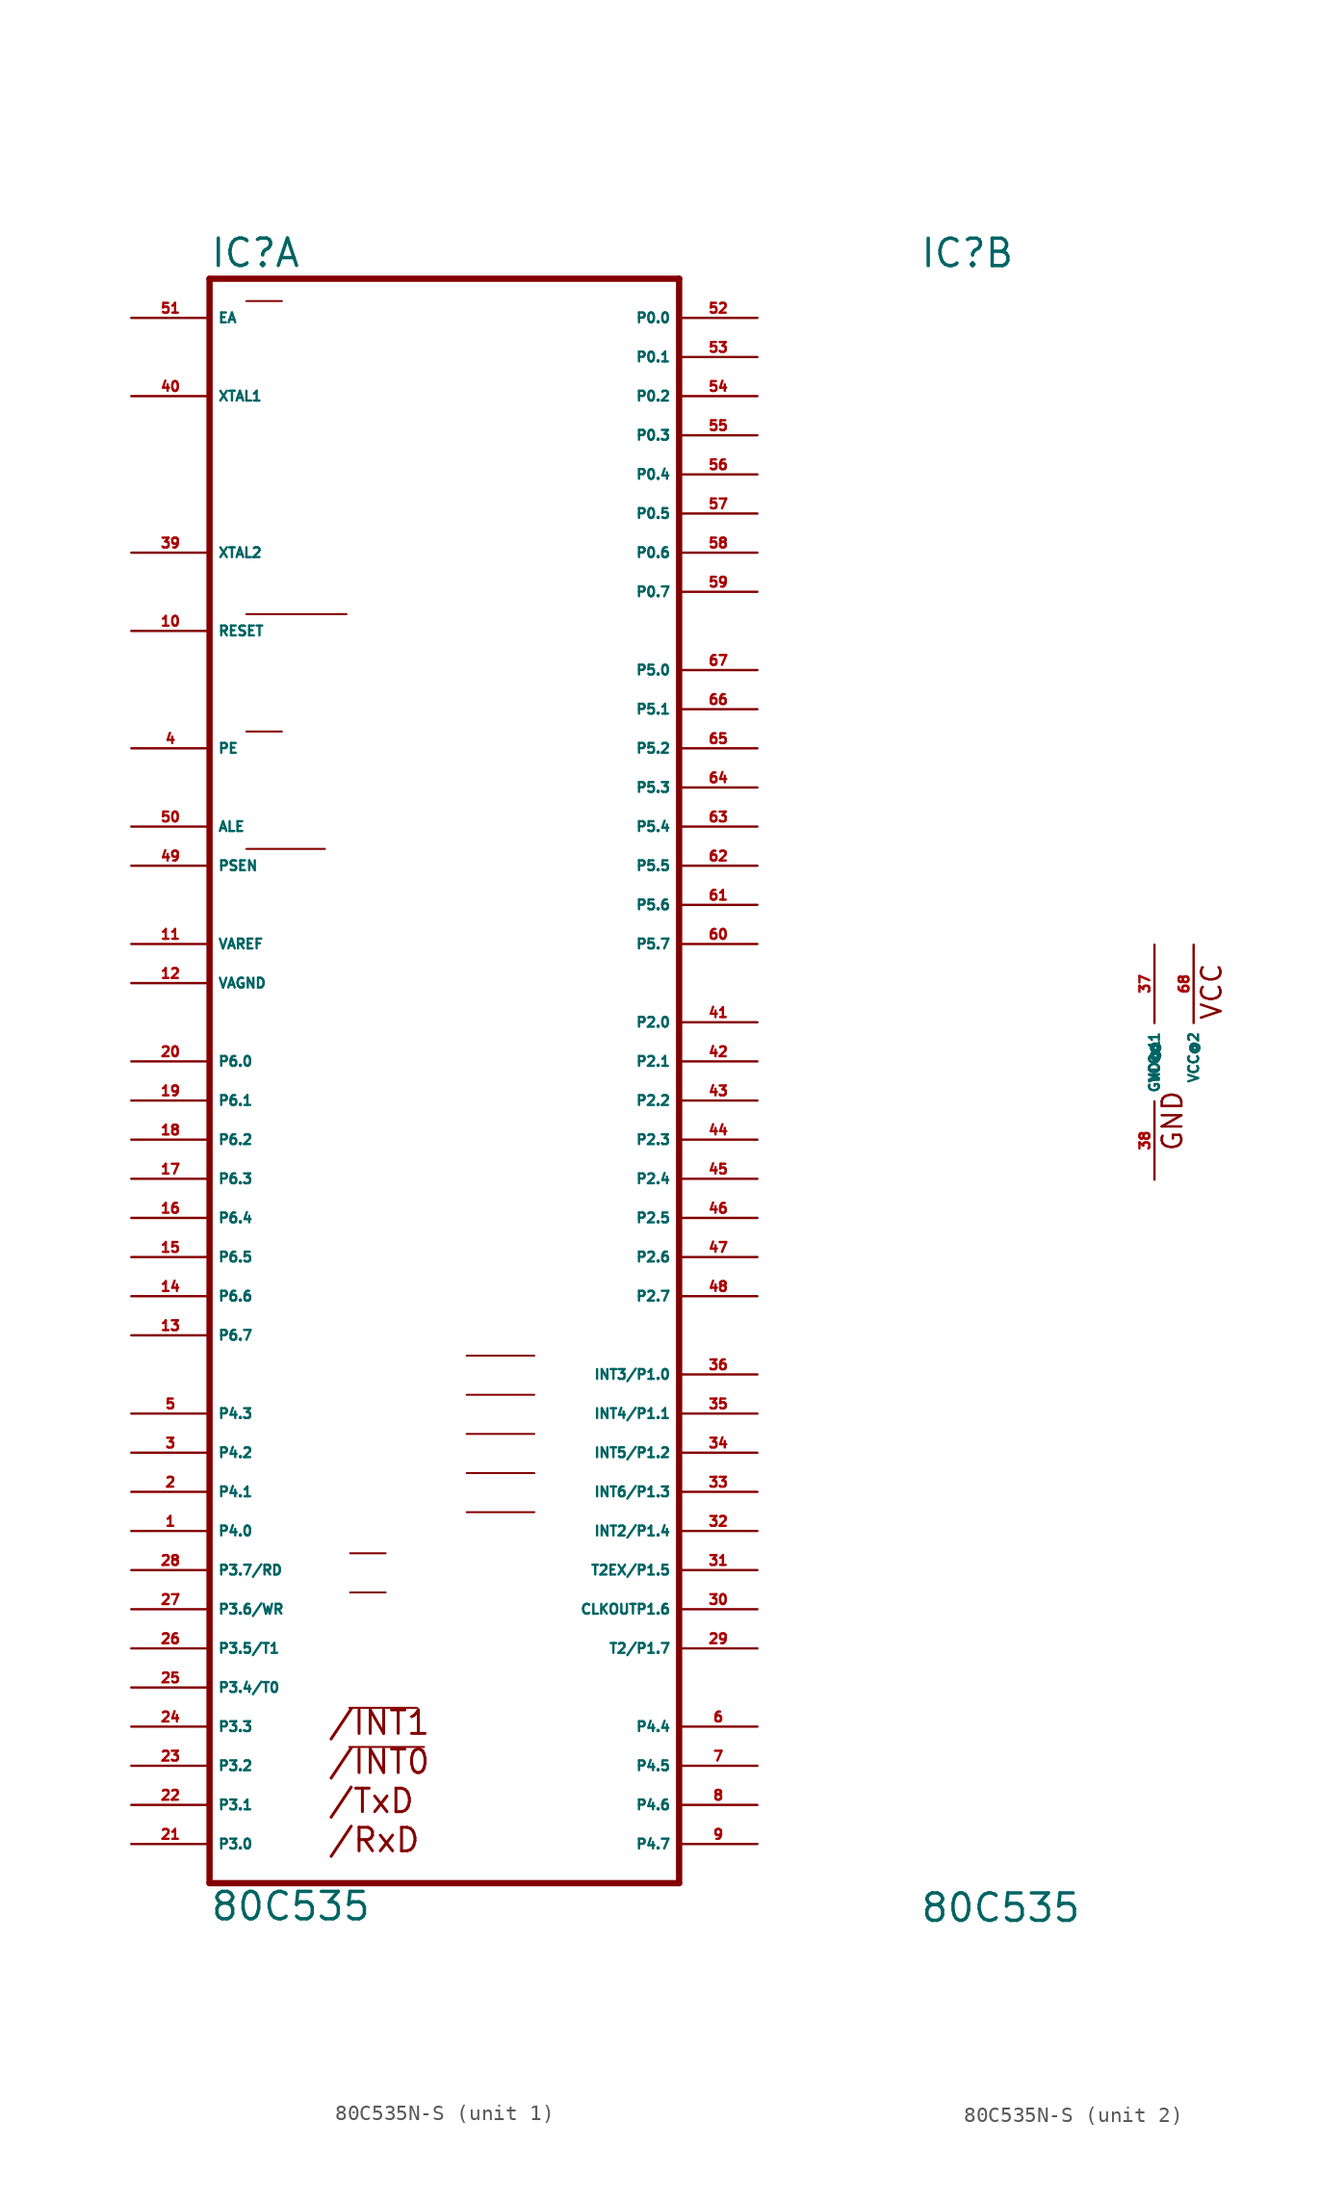
<source format=kicad_sym>
(kicad_symbol_lib
  (version 20220914)
  (generator Eagle2Kicad)
  (symbol "80C535N-S"
    (property "Reference" "IC"
      (at -15.24 51.435 0)
      (effects (font (size 1.778 1.778) (thickness 0.22)) (justify left bottom)))
    (property "Value" "80C535"
      (at -15.24 -55.88 0)
      (effects (font (size 1.778 1.778) (thickness 0.22)) (justify left bottom)))
    (symbol "80C535N-S_1_0"
      (polyline (pts (xy -6.172 -41.961) (xy -1.778 -41.961)) (stroke (width 0.127) (type default)) (fill (type none)))
      (polyline (pts (xy -6.172 -44.501) (xy -1.321 -44.501)) (stroke (width 0.127) (type default)) (fill (type none)))
      (polyline (pts (xy -6.121 -31.928) (xy -3.81 -31.928)) (stroke (width 0.127) (type default)) (fill (type none)))
      (polyline (pts (xy -6.121 -34.468) (xy -3.81 -34.468)) (stroke (width 0.127) (type default)) (fill (type none)))
      (polyline (pts (xy -12.852 29.032) (xy -6.35 29.032)) (stroke (width 0.127) (type default)) (fill (type none)))
      (polyline (pts (xy -12.852 21.412) (xy -10.541 21.412)) (stroke (width 0.127) (type default)) (fill (type none)))
      (polyline (pts (xy -12.852 13.792) (xy -7.747 13.792)) (stroke (width 0.127) (type default)) (fill (type none)))
      (polyline (pts (xy -12.852 49.352) (xy -10.541 49.352)) (stroke (width 0.127) (type default)) (fill (type none)))
      (polyline (pts (xy -15.24 -53.34) (xy 15.24 -53.34)) (stroke (width 0.406) (type default)) (fill (type none)))
      (polyline (pts (xy 15.24 -53.34) (xy 15.24 50.8)) (stroke (width 0.406) (type default)) (fill (type none)))
      (polyline (pts (xy 15.24 50.8) (xy -15.24 50.8)) (stroke (width 0.406) (type default)) (fill (type none)))
      (polyline (pts (xy -15.24 50.8) (xy -15.24 -53.34)) (stroke (width 0.406) (type default)) (fill (type none)))
      (polyline (pts (xy 1.448 -19.101) (xy 5.842 -19.101)) (stroke (width 0.127) (type default)) (fill (type none)))
      (polyline (pts (xy 1.448 -21.641) (xy 5.842 -21.641)) (stroke (width 0.127) (type default)) (fill (type none)))
      (polyline (pts (xy 1.448 -24.181) (xy 5.842 -24.181)) (stroke (width 0.127) (type default)) (fill (type none)))
      (polyline (pts (xy 1.448 -26.721) (xy 5.842 -26.721)) (stroke (width 0.127) (type default)) (fill (type none)))
      (polyline (pts (xy 1.448 -29.261) (xy 5.842 -29.261)) (stroke (width 0.127) (type default)) (fill (type none)))
      (text "/INT1" (at -7.62 -43.815 0) (effects (font (size 1.524 1.524) (thickness 0.19)) (justify left bottom)))
      (text "/INT0" (at -7.62 -46.355 0) (effects (font (size 1.524 1.524) (thickness 0.19)) (justify left bottom)))
      (text "/RxD" (at -7.62 -51.435 0) (effects (font (size 1.524 1.524) (thickness 0.19)) (justify left bottom)))
      (text "/TxD" (at -7.62 -48.895 0) (effects (font (size 1.524 1.524) (thickness 0.19)) (justify left bottom)))
      (pin input line (at -20.32 48.26 0) (length 5.08) (name "EA" (effects (font (size 0.635 0.635) (thickness 0.08)) (justify left bottom))) (number "51" (effects (font (size 0.635 0.635) (thickness 0.08)) (justify left bottom))))
      (pin bidirectional line (at 20.32 48.26 180) (length 5.08) (name "P0.0" (effects (font (size 0.635 0.635) (thickness 0.08)) (justify left bottom))) (number "52" (effects (font (size 0.635 0.635) (thickness 0.08)) (justify left bottom))))
      (pin bidirectional line (at 20.32 45.72 180) (length 5.08) (name "P0.1" (effects (font (size 0.635 0.635) (thickness 0.08)) (justify left bottom))) (number "53" (effects (font (size 0.635 0.635) (thickness 0.08)) (justify left bottom))))
      (pin bidirectional line (at 20.32 43.18 180) (length 5.08) (name "P0.2" (effects (font (size 0.635 0.635) (thickness 0.08)) (justify left bottom))) (number "54" (effects (font (size 0.635 0.635) (thickness 0.08)) (justify left bottom))))
      (pin bidirectional line (at 20.32 40.64 180) (length 5.08) (name "P0.3" (effects (font (size 0.635 0.635) (thickness 0.08)) (justify left bottom))) (number "55" (effects (font (size 0.635 0.635) (thickness 0.08)) (justify left bottom))))
      (pin bidirectional line (at 20.32 38.1 180) (length 5.08) (name "P0.4" (effects (font (size 0.635 0.635) (thickness 0.08)) (justify left bottom))) (number "56" (effects (font (size 0.635 0.635) (thickness 0.08)) (justify left bottom))))
      (pin bidirectional line (at 20.32 35.56 180) (length 5.08) (name "P0.5" (effects (font (size 0.635 0.635) (thickness 0.08)) (justify left bottom))) (number "57" (effects (font (size 0.635 0.635) (thickness 0.08)) (justify left bottom))))
      (pin bidirectional line (at 20.32 33.02 180) (length 5.08) (name "P0.6" (effects (font (size 0.635 0.635) (thickness 0.08)) (justify left bottom))) (number "58" (effects (font (size 0.635 0.635) (thickness 0.08)) (justify left bottom))))
      (pin bidirectional line (at 20.32 30.48 180) (length 5.08) (name "P0.7" (effects (font (size 0.635 0.635) (thickness 0.08)) (justify left bottom))) (number "59" (effects (font (size 0.635 0.635) (thickness 0.08)) (justify left bottom))))
      (pin bidirectional line (at 20.32 25.4 180) (length 5.08) (name "P5.0" (effects (font (size 0.635 0.635) (thickness 0.08)) (justify left bottom))) (number "67" (effects (font (size 0.635 0.635) (thickness 0.08)) (justify left bottom))))
      (pin bidirectional line (at 20.32 22.86 180) (length 5.08) (name "P5.1" (effects (font (size 0.635 0.635) (thickness 0.08)) (justify left bottom))) (number "66" (effects (font (size 0.635 0.635) (thickness 0.08)) (justify left bottom))))
      (pin bidirectional line (at 20.32 20.32 180) (length 5.08) (name "P5.2" (effects (font (size 0.635 0.635) (thickness 0.08)) (justify left bottom))) (number "65" (effects (font (size 0.635 0.635) (thickness 0.08)) (justify left bottom))))
      (pin bidirectional line (at 20.32 17.78 180) (length 5.08) (name "P5.3" (effects (font (size 0.635 0.635) (thickness 0.08)) (justify left bottom))) (number "64" (effects (font (size 0.635 0.635) (thickness 0.08)) (justify left bottom))))
      (pin bidirectional line (at 20.32 15.24 180) (length 5.08) (name "P5.4" (effects (font (size 0.635 0.635) (thickness 0.08)) (justify left bottom))) (number "63" (effects (font (size 0.635 0.635) (thickness 0.08)) (justify left bottom))))
      (pin bidirectional line (at 20.32 12.7 180) (length 5.08) (name "P5.5" (effects (font (size 0.635 0.635) (thickness 0.08)) (justify left bottom))) (number "62" (effects (font (size 0.635 0.635) (thickness 0.08)) (justify left bottom))))
      (pin bidirectional line (at 20.32 10.16 180) (length 5.08) (name "P5.6" (effects (font (size 0.635 0.635) (thickness 0.08)) (justify left bottom))) (number "61" (effects (font (size 0.635 0.635) (thickness 0.08)) (justify left bottom))))
      (pin bidirectional line (at 20.32 7.62 180) (length 5.08) (name "P5.7" (effects (font (size 0.635 0.635) (thickness 0.08)) (justify left bottom))) (number "60" (effects (font (size 0.635 0.635) (thickness 0.08)) (justify left bottom))))
      (pin input line (at -20.32 43.18 0) (length 5.08) (name "XTAL1" (effects (font (size 0.635 0.635) (thickness 0.08)) (justify left bottom))) (number "40" (effects (font (size 0.635 0.635) (thickness 0.08)) (justify left bottom))))
      (pin input line (at -20.32 33.02 0) (length 5.08) (name "XTAL2" (effects (font (size 0.635 0.635) (thickness 0.08)) (justify left bottom))) (number "39" (effects (font (size 0.635 0.635) (thickness 0.08)) (justify left bottom))))
      (pin input line (at -20.32 27.94 0) (length 5.08) (name "RESET" (effects (font (size 0.635 0.635) (thickness 0.08)) (justify left bottom))) (number "10" (effects (font (size 0.635 0.635) (thickness 0.08)) (justify left bottom))))
      (pin input line (at -20.32 20.32 0) (length 5.08) (name "PE" (effects (font (size 0.635 0.635) (thickness 0.08)) (justify left bottom))) (number "4" (effects (font (size 0.635 0.635) (thickness 0.08)) (justify left bottom))))
      (pin output line (at -20.32 15.24 0) (length 5.08) (name "ALE" (effects (font (size 0.635 0.635) (thickness 0.08)) (justify left bottom))) (number "50" (effects (font (size 0.635 0.635) (thickness 0.08)) (justify left bottom))))
      (pin output line (at -20.32 12.7 0) (length 5.08) (name "PSEN" (effects (font (size 0.635 0.635) (thickness 0.08)) (justify left bottom))) (number "49" (effects (font (size 0.635 0.635) (thickness 0.08)) (justify left bottom))))
      (pin bidirectional line (at -20.32 7.62 0) (length 5.08) (name "VAREF" (effects (font (size 0.635 0.635) (thickness 0.08)) (justify left bottom))) (number "11" (effects (font (size 0.635 0.635) (thickness 0.08)) (justify left bottom))))
      (pin bidirectional line (at -20.32 5.08 0) (length 5.08) (name "VAGND" (effects (font (size 0.635 0.635) (thickness 0.08)) (justify left bottom))) (number "12" (effects (font (size 0.635 0.635) (thickness 0.08)) (justify left bottom))))
      (pin input line (at -20.32 0 0) (length 5.08) (name "P6.0" (effects (font (size 0.635 0.635) (thickness 0.08)) (justify left bottom))) (number "20" (effects (font (size 0.635 0.635) (thickness 0.08)) (justify left bottom))))
      (pin input line (at -20.32 -2.54 0) (length 5.08) (name "P6.1" (effects (font (size 0.635 0.635) (thickness 0.08)) (justify left bottom))) (number "19" (effects (font (size 0.635 0.635) (thickness 0.08)) (justify left bottom))))
      (pin input line (at -20.32 -5.08 0) (length 5.08) (name "P6.2" (effects (font (size 0.635 0.635) (thickness 0.08)) (justify left bottom))) (number "18" (effects (font (size 0.635 0.635) (thickness 0.08)) (justify left bottom))))
      (pin input line (at -20.32 -7.62 0) (length 5.08) (name "P6.3" (effects (font (size 0.635 0.635) (thickness 0.08)) (justify left bottom))) (number "17" (effects (font (size 0.635 0.635) (thickness 0.08)) (justify left bottom))))
      (pin input line (at -20.32 -10.16 0) (length 5.08) (name "P6.4" (effects (font (size 0.635 0.635) (thickness 0.08)) (justify left bottom))) (number "16" (effects (font (size 0.635 0.635) (thickness 0.08)) (justify left bottom))))
      (pin input line (at -20.32 -15.24 0) (length 5.08) (name "P6.6" (effects (font (size 0.635 0.635) (thickness 0.08)) (justify left bottom))) (number "14" (effects (font (size 0.635 0.635) (thickness 0.08)) (justify left bottom))))
      (pin input line (at -20.32 -17.78 0) (length 5.08) (name "P6.7" (effects (font (size 0.635 0.635) (thickness 0.08)) (justify left bottom))) (number "13" (effects (font (size 0.635 0.635) (thickness 0.08)) (justify left bottom))))
      (pin bidirectional line (at -20.32 -22.86 0) (length 5.08) (name "P4.3" (effects (font (size 0.635 0.635) (thickness 0.08)) (justify left bottom))) (number "5" (effects (font (size 0.635 0.635) (thickness 0.08)) (justify left bottom))))
      (pin input line (at -20.32 -12.7 0) (length 5.08) (name "P6.5" (effects (font (size 0.635 0.635) (thickness 0.08)) (justify left bottom))) (number "15" (effects (font (size 0.635 0.635) (thickness 0.08)) (justify left bottom))))
      (pin bidirectional line (at 20.32 2.54 180) (length 5.08) (name "P2.0" (effects (font (size 0.635 0.635) (thickness 0.08)) (justify left bottom))) (number "41" (effects (font (size 0.635 0.635) (thickness 0.08)) (justify left bottom))))
      (pin bidirectional line (at -20.32 -25.4 0) (length 5.08) (name "P4.2" (effects (font (size 0.635 0.635) (thickness 0.08)) (justify left bottom))) (number "3" (effects (font (size 0.635 0.635) (thickness 0.08)) (justify left bottom))))
      (pin bidirectional line (at -20.32 -27.94 0) (length 5.08) (name "P4.1" (effects (font (size 0.635 0.635) (thickness 0.08)) (justify left bottom))) (number "2" (effects (font (size 0.635 0.635) (thickness 0.08)) (justify left bottom))))
      (pin bidirectional line (at -20.32 -30.48 0) (length 5.08) (name "P4.0" (effects (font (size 0.635 0.635) (thickness 0.08)) (justify left bottom))) (number "1" (effects (font (size 0.635 0.635) (thickness 0.08)) (justify left bottom))))
      (pin bidirectional line (at 20.32 0 180) (length 5.08) (name "P2.1" (effects (font (size 0.635 0.635) (thickness 0.08)) (justify left bottom))) (number "42" (effects (font (size 0.635 0.635) (thickness 0.08)) (justify left bottom))))
      (pin bidirectional line (at 20.32 -2.54 180) (length 5.08) (name "P2.2" (effects (font (size 0.635 0.635) (thickness 0.08)) (justify left bottom))) (number "43" (effects (font (size 0.635 0.635) (thickness 0.08)) (justify left bottom))))
      (pin bidirectional line (at 20.32 -5.08 180) (length 5.08) (name "P2.3" (effects (font (size 0.635 0.635) (thickness 0.08)) (justify left bottom))) (number "44" (effects (font (size 0.635 0.635) (thickness 0.08)) (justify left bottom))))
      (pin bidirectional line (at 20.32 -7.62 180) (length 5.08) (name "P2.4" (effects (font (size 0.635 0.635) (thickness 0.08)) (justify left bottom))) (number "45" (effects (font (size 0.635 0.635) (thickness 0.08)) (justify left bottom))))
      (pin bidirectional line (at 20.32 -10.16 180) (length 5.08) (name "P2.5" (effects (font (size 0.635 0.635) (thickness 0.08)) (justify left bottom))) (number "46" (effects (font (size 0.635 0.635) (thickness 0.08)) (justify left bottom))))
      (pin bidirectional line (at 20.32 -12.7 180) (length 5.08) (name "P2.6" (effects (font (size 0.635 0.635) (thickness 0.08)) (justify left bottom))) (number "47" (effects (font (size 0.635 0.635) (thickness 0.08)) (justify left bottom))))
      (pin bidirectional line (at 20.32 -15.24 180) (length 5.08) (name "P2.7" (effects (font (size 0.635 0.635) (thickness 0.08)) (justify left bottom))) (number "48" (effects (font (size 0.635 0.635) (thickness 0.08)) (justify left bottom))))
      (pin bidirectional line (at 20.32 -20.32 180) (length 5.08) (name "INT3/P1.0" (effects (font (size 0.635 0.635) (thickness 0.08)) (justify left bottom))) (number "36" (effects (font (size 0.635 0.635) (thickness 0.08)) (justify left bottom))))
      (pin bidirectional line (at 20.32 -22.86 180) (length 5.08) (name "INT4/P1.1" (effects (font (size 0.635 0.635) (thickness 0.08)) (justify left bottom))) (number "35" (effects (font (size 0.635 0.635) (thickness 0.08)) (justify left bottom))))
      (pin bidirectional line (at 20.32 -25.4 180) (length 5.08) (name "INT5/P1.2" (effects (font (size 0.635 0.635) (thickness 0.08)) (justify left bottom))) (number "34" (effects (font (size 0.635 0.635) (thickness 0.08)) (justify left bottom))))
      (pin bidirectional line (at 20.32 -27.94 180) (length 5.08) (name "INT6/P1.3" (effects (font (size 0.635 0.635) (thickness 0.08)) (justify left bottom))) (number "33" (effects (font (size 0.635 0.635) (thickness 0.08)) (justify left bottom))))
      (pin bidirectional line (at 20.32 -30.48 180) (length 5.08) (name "INT2/P1.4" (effects (font (size 0.635 0.635) (thickness 0.08)) (justify left bottom))) (number "32" (effects (font (size 0.635 0.635) (thickness 0.08)) (justify left bottom))))
      (pin bidirectional line (at 20.32 -33.02 180) (length 5.08) (name "T2EX/P1.5" (effects (font (size 0.635 0.635) (thickness 0.08)) (justify left bottom))) (number "31" (effects (font (size 0.635 0.635) (thickness 0.08)) (justify left bottom))))
      (pin bidirectional line (at 20.32 -35.56 180) (length 5.08) (name "CLKOUTP1.6" (effects (font (size 0.635 0.635) (thickness 0.08)) (justify left bottom))) (number "30" (effects (font (size 0.635 0.635) (thickness 0.08)) (justify left bottom))))
      (pin bidirectional line (at 20.32 -38.1 180) (length 5.08) (name "T2/P1.7" (effects (font (size 0.635 0.635) (thickness 0.08)) (justify left bottom))) (number "29" (effects (font (size 0.635 0.635) (thickness 0.08)) (justify left bottom))))
      (pin bidirectional line (at 20.32 -43.18 180) (length 5.08) (name "P4.4" (effects (font (size 0.635 0.635) (thickness 0.08)) (justify left bottom))) (number "6" (effects (font (size 0.635 0.635) (thickness 0.08)) (justify left bottom))))
      (pin bidirectional line (at 20.32 -45.72 180) (length 5.08) (name "P4.5" (effects (font (size 0.635 0.635) (thickness 0.08)) (justify left bottom))) (number "7" (effects (font (size 0.635 0.635) (thickness 0.08)) (justify left bottom))))
      (pin bidirectional line (at 20.32 -48.26 180) (length 5.08) (name "P4.6" (effects (font (size 0.635 0.635) (thickness 0.08)) (justify left bottom))) (number "8" (effects (font (size 0.635 0.635) (thickness 0.08)) (justify left bottom))))
      (pin bidirectional line (at 20.32 -50.8 180) (length 5.08) (name "P4.7" (effects (font (size 0.635 0.635) (thickness 0.08)) (justify left bottom))) (number "9" (effects (font (size 0.635 0.635) (thickness 0.08)) (justify left bottom))))
      (pin bidirectional line (at -20.32 -50.8 0) (length 5.08) (name "P3.0" (effects (font (size 0.635 0.635) (thickness 0.08)) (justify left bottom))) (number "21" (effects (font (size 0.635 0.635) (thickness 0.08)) (justify left bottom))))
      (pin bidirectional line (at -20.32 -48.26 0) (length 5.08) (name "P3.1" (effects (font (size 0.635 0.635) (thickness 0.08)) (justify left bottom))) (number "22" (effects (font (size 0.635 0.635) (thickness 0.08)) (justify left bottom))))
      (pin bidirectional line (at -20.32 -45.72 0) (length 5.08) (name "P3.2" (effects (font (size 0.635 0.635) (thickness 0.08)) (justify left bottom))) (number "23" (effects (font (size 0.635 0.635) (thickness 0.08)) (justify left bottom))))
      (pin bidirectional line (at -20.32 -43.18 0) (length 5.08) (name "P3.3" (effects (font (size 0.635 0.635) (thickness 0.08)) (justify left bottom))) (number "24" (effects (font (size 0.635 0.635) (thickness 0.08)) (justify left bottom))))
      (pin bidirectional line (at -20.32 -40.64 0) (length 5.08) (name "P3.4/T0" (effects (font (size 0.635 0.635) (thickness 0.08)) (justify left bottom))) (number "25" (effects (font (size 0.635 0.635) (thickness 0.08)) (justify left bottom))))
      (pin bidirectional line (at -20.32 -38.1 0) (length 5.08) (name "P3.5/T1" (effects (font (size 0.635 0.635) (thickness 0.08)) (justify left bottom))) (number "26" (effects (font (size 0.635 0.635) (thickness 0.08)) (justify left bottom))))
      (pin bidirectional line (at -20.32 -35.56 0) (length 5.08) (name "P3.6/WR" (effects (font (size 0.635 0.635) (thickness 0.08)) (justify left bottom))) (number "27" (effects (font (size 0.635 0.635) (thickness 0.08)) (justify left bottom))))
      (pin bidirectional line (at -20.32 -33.02 0) (length 5.08) (name "P3.7/RD" (effects (font (size 0.635 0.635) (thickness 0.08)) (justify left bottom))) (number "28" (effects (font (size 0.635 0.635) (thickness 0.08)) (justify left bottom)))))
    (symbol "80C535N-S_2_0"
      (text "VCC" (at 4.445 2.667 900) (effects (font (size 1.27 1.27) (thickness 0.16)) (justify left bottom)))
      (text "GND" (at 1.905 -5.842 900) (effects (font (size 1.27 1.27) (thickness 0.16)) (justify left bottom)))
      (pin unspecified line (at 0 -7.62 90) (length 5.08) (name "GND@1" (effects (font (size 0.635 0.635) (thickness 0.08)) (justify left bottom))) (number "38" (effects (font (size 0.635 0.635) (thickness 0.08)) (justify left bottom))))
      (pin unspecified line (at 0 7.62 270) (length 5.08) (name "VCC@1" (effects (font (size 0.635 0.635) (thickness 0.08)) (justify left bottom))) (number "37" (effects (font (size 0.635 0.635) (thickness 0.08)) (justify left bottom))))
      (pin unspecified line (at 2.54 7.62 270) (length 5.08) (name "VCC@2" (effects (font (size 0.635 0.635) (thickness 0.08)) (justify left bottom))) (number "68" (effects (font (size 0.635 0.635) (thickness 0.08)) (justify left bottom)))))))
</source>
